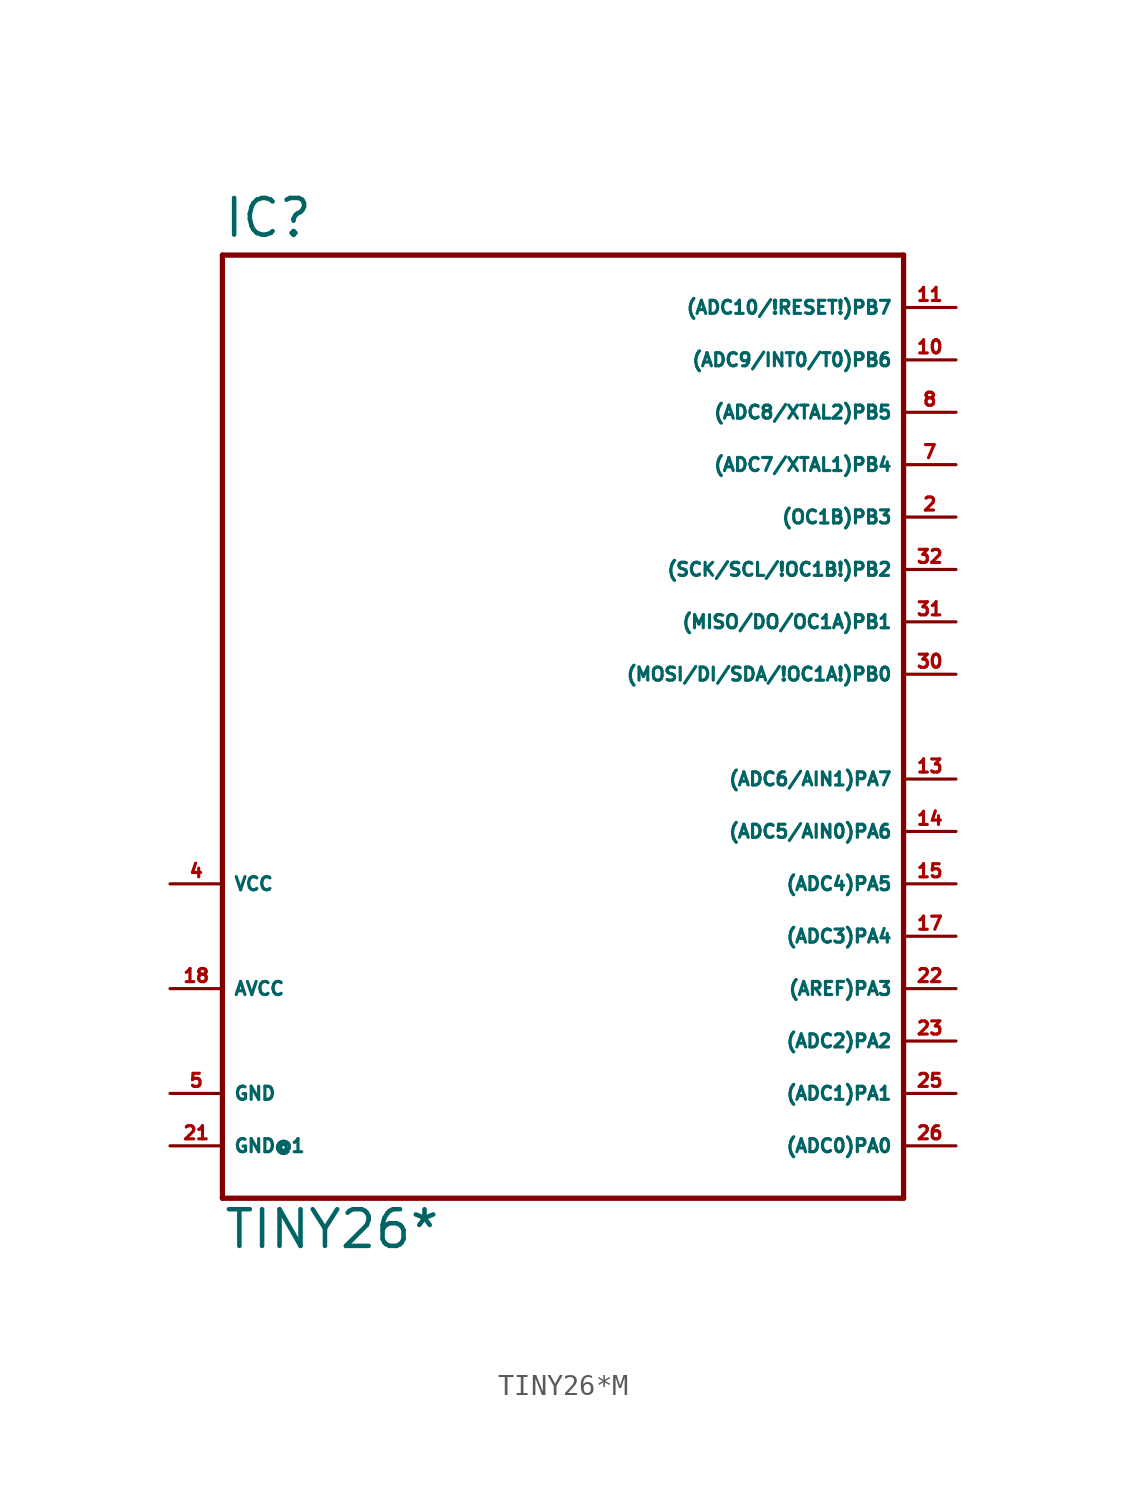
<source format=kicad_sym>
(kicad_symbol_lib
  (version 20220914)
  (generator Eagle2Kicad)
  (symbol "TINY26*M"
    (property "Reference" "IC"
      (at -17.78 23.622 0)
      (effects (font (size 1.778 1.778) (thickness 0.22)) (justify left bottom)))
    (property "Value" "TINY26*"
      (at -17.78 -25.4 0)
      (effects (font (size 1.778 1.778) (thickness 0.22)) (justify left bottom)))
    (polyline
      (pts (xy -17.78 22.86) (xy 15.24 22.86))
      (stroke (width 0.254) (type default))
      (fill (type none)))
    (polyline
      (pts (xy 15.24 22.86) (xy 15.24 -22.86))
      (stroke (width 0.254) (type default))
      (fill (type none)))
    (polyline
      (pts (xy 15.24 -22.86) (xy -17.78 -22.86))
      (stroke (width 0.254) (type default))
      (fill (type none)))
    (polyline
      (pts (xy -17.78 -22.86) (xy -17.78 22.86))
      (stroke (width 0.254) (type default))
      (fill (type none)))
    (pin bidirectional line
      (at 17.78 15.24 180)
      (length 2.54)
      (name "(ADC8/XTAL2)PB5" (effects (font (size 0.635 0.635) (thickness 0.08)) (justify left bottom)))
      (number "8" (effects (font (size 0.635 0.635) (thickness 0.08)) (justify left bottom))))
    (pin bidirectional line
      (at 17.78 12.7 180)
      (length 2.54)
      (name "(ADC7/XTAL1)PB4" (effects (font (size 0.635 0.635) (thickness 0.08)) (justify left bottom)))
      (number "7" (effects (font (size 0.635 0.635) (thickness 0.08)) (justify left bottom))))
    (pin bidirectional line
      (at 17.78 10.16 180)
      (length 2.54)
      (name "(OC1B)PB3" (effects (font (size 0.635 0.635) (thickness 0.08)) (justify left bottom)))
      (number "2" (effects (font (size 0.635 0.635) (thickness 0.08)) (justify left bottom))))
    (pin bidirectional line
      (at 17.78 7.62 180)
      (length 2.54)
      (name "(SCK/SCL/!OC1B!)PB2" (effects (font (size 0.635 0.635) (thickness 0.08)) (justify left bottom)))
      (number "32" (effects (font (size 0.635 0.635) (thickness 0.08)) (justify left bottom))))
    (pin bidirectional line
      (at 17.78 5.08 180)
      (length 2.54)
      (name "(MISO/DO/OC1A)PB1" (effects (font (size 0.635 0.635) (thickness 0.08)) (justify left bottom)))
      (number "31" (effects (font (size 0.635 0.635) (thickness 0.08)) (justify left bottom))))
    (pin bidirectional line
      (at 17.78 2.54 180)
      (length 2.54)
      (name "(MOSI/DI/SDA/!OC1A!)PB0" (effects (font (size 0.635 0.635) (thickness 0.08)) (justify left bottom)))
      (number "30" (effects (font (size 0.635 0.635) (thickness 0.08)) (justify left bottom))))
    (pin bidirectional line
      (at 17.78 -2.54 180)
      (length 2.54)
      (name "(ADC6/AIN1)PA7" (effects (font (size 0.635 0.635) (thickness 0.08)) (justify left bottom)))
      (number "13" (effects (font (size 0.635 0.635) (thickness 0.08)) (justify left bottom))))
    (pin bidirectional line
      (at 17.78 -5.08 180)
      (length 2.54)
      (name "(ADC5/AIN0)PA6" (effects (font (size 0.635 0.635) (thickness 0.08)) (justify left bottom)))
      (number "14" (effects (font (size 0.635 0.635) (thickness 0.08)) (justify left bottom))))
    (pin bidirectional line
      (at 17.78 -7.62 180)
      (length 2.54)
      (name "(ADC4)PA5" (effects (font (size 0.635 0.635) (thickness 0.08)) (justify left bottom)))
      (number "15" (effects (font (size 0.635 0.635) (thickness 0.08)) (justify left bottom))))
    (pin bidirectional line
      (at 17.78 -10.16 180)
      (length 2.54)
      (name "(ADC3)PA4" (effects (font (size 0.635 0.635) (thickness 0.08)) (justify left bottom)))
      (number "17" (effects (font (size 0.635 0.635) (thickness 0.08)) (justify left bottom))))
    (pin bidirectional line
      (at 17.78 -12.7 180)
      (length 2.54)
      (name "(AREF)PA3" (effects (font (size 0.635 0.635) (thickness 0.08)) (justify left bottom)))
      (number "22" (effects (font (size 0.635 0.635) (thickness 0.08)) (justify left bottom))))
    (pin bidirectional line
      (at 17.78 -15.24 180)
      (length 2.54)
      (name "(ADC2)PA2" (effects (font (size 0.635 0.635) (thickness 0.08)) (justify left bottom)))
      (number "23" (effects (font (size 0.635 0.635) (thickness 0.08)) (justify left bottom))))
    (pin bidirectional line
      (at 17.78 -17.78 180)
      (length 2.54)
      (name "(ADC1)PA1" (effects (font (size 0.635 0.635) (thickness 0.08)) (justify left bottom)))
      (number "25" (effects (font (size 0.635 0.635) (thickness 0.08)) (justify left bottom))))
    (pin bidirectional line
      (at 17.78 -20.32 180)
      (length 2.54)
      (name "(ADC0)PA0" (effects (font (size 0.635 0.635) (thickness 0.08)) (justify left bottom)))
      (number "26" (effects (font (size 0.635 0.635) (thickness 0.08)) (justify left bottom))))
    (pin unspecified line
      (at -20.32 -17.78 0)
      (length 2.54)
      (name "GND" (effects (font (size 0.635 0.635) (thickness 0.08)) (justify left bottom)))
      (number "5" (effects (font (size 0.635 0.635) (thickness 0.08)) (justify left bottom))))
    (pin unspecified line
      (at -20.32 -7.62 0)
      (length 2.54)
      (name "VCC" (effects (font (size 0.635 0.635) (thickness 0.08)) (justify left bottom)))
      (number "4" (effects (font (size 0.635 0.635) (thickness 0.08)) (justify left bottom))))
    (pin unspecified line
      (at -20.32 -12.7 0)
      (length 2.54)
      (name "AVCC" (effects (font (size 0.635 0.635) (thickness 0.08)) (justify left bottom)))
      (number "18" (effects (font (size 0.635 0.635) (thickness 0.08)) (justify left bottom))))
    (pin bidirectional line
      (at 17.78 20.32 180)
      (length 2.54)
      (name "(ADC10/!RESET!)PB7" (effects (font (size 0.635 0.635) (thickness 0.08)) (justify left bottom)))
      (number "11" (effects (font (size 0.635 0.635) (thickness 0.08)) (justify left bottom))))
    (pin bidirectional line
      (at 17.78 17.78 180)
      (length 2.54)
      (name "(ADC9/INT0/T0)PB6" (effects (font (size 0.635 0.635) (thickness 0.08)) (justify left bottom)))
      (number "10" (effects (font (size 0.635 0.635) (thickness 0.08)) (justify left bottom))))
    (pin unspecified line
      (at -20.32 -20.32 0)
      (length 2.54)
      (name "GND@1" (effects (font (size 0.635 0.635) (thickness 0.08)) (justify left bottom)))
      (number "21" (effects (font (size 0.635 0.635) (thickness 0.08)) (justify left bottom))))))
</source>
